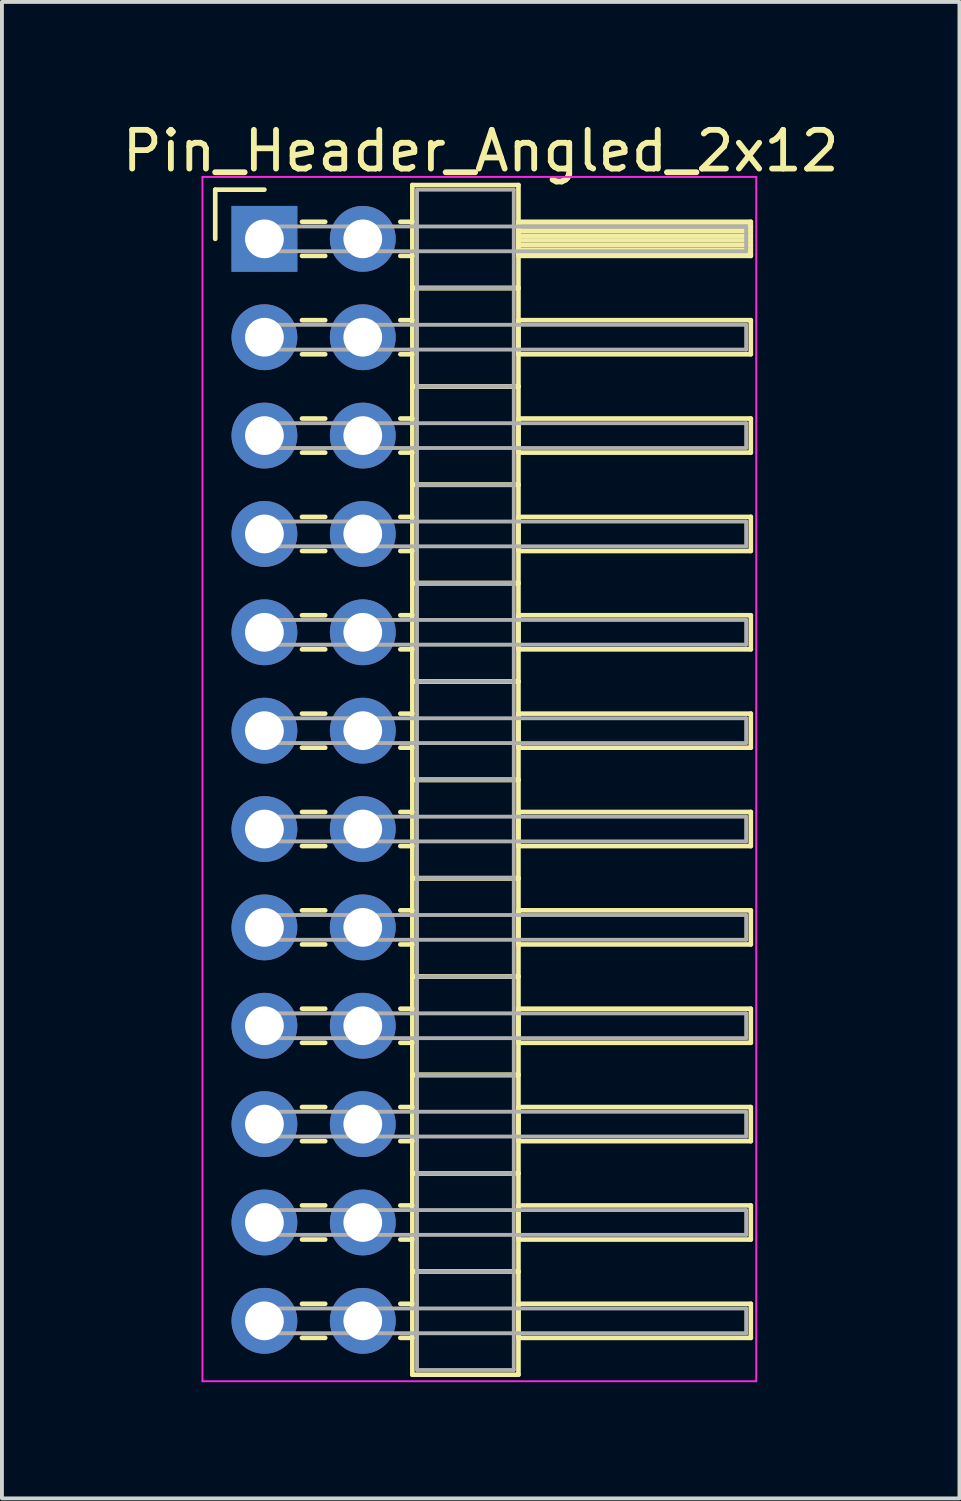
<source format=kicad_pcb>
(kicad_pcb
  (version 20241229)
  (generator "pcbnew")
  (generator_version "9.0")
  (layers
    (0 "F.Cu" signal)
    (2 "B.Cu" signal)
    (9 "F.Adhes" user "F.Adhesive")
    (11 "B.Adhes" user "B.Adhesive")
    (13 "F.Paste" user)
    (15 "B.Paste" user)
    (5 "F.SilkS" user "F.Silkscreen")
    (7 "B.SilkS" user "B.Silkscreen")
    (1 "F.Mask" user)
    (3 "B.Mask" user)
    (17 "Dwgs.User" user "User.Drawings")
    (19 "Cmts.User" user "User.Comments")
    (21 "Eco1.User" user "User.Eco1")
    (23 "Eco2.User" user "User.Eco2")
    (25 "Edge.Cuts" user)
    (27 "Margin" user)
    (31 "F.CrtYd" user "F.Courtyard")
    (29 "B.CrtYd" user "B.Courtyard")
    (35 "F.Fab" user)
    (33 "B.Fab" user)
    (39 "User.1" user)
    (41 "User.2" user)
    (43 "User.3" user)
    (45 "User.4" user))
  (footprint "Pin_Header_Angled_2x12"
    (layer "F.Cu")
    (at 3.778 3.118)
    (property "Reference" "Pin_Header_Angled_2x12" (at 5.585 -2.27 0) (layer "F.SilkS") (effects (font (size 1 1) (thickness 0.15))))
    (attr through_hole)
    (fp_line (start -1.27 -1.27) (end 0 -1.27) (stroke (width 0.12) (type solid)) (layer "F.SilkS"))
    (fp_line (start -1.27 0) (end -1.27 -1.27) (stroke (width 0.12) (type solid)) (layer "F.SilkS"))
    (fp_line (start 0.97 -0.44) (end 1.57 -0.44) (stroke (width 0.12) (type solid)) (layer "F.SilkS"))
    (fp_line (start 0.97 0.44) (end 1.57 0.44) (stroke (width 0.12) (type solid)) (layer "F.SilkS"))
    (fp_line (start 0.97 2.1) (end 1.57 2.1) (stroke (width 0.12) (type solid)) (layer "F.SilkS"))
    (fp_line (start 0.97 2.98) (end 1.57 2.98) (stroke (width 0.12) (type solid)) (layer "F.SilkS"))
    (fp_line (start 0.97 4.64) (end 1.57 4.64) (stroke (width 0.12) (type solid)) (layer "F.SilkS"))
    (fp_line (start 0.97 5.52) (end 1.57 5.52) (stroke (width 0.12) (type solid)) (layer "F.SilkS"))
    (fp_line (start 0.97 7.18) (end 1.57 7.18) (stroke (width 0.12) (type solid)) (layer "F.SilkS"))
    (fp_line (start 0.97 8.06) (end 1.57 8.06) (stroke (width 0.12) (type solid)) (layer "F.SilkS"))
    (fp_line (start 0.97 9.72) (end 1.57 9.72) (stroke (width 0.12) (type solid)) (layer "F.SilkS"))
    (fp_line (start 0.97 10.6) (end 1.57 10.6) (stroke (width 0.12) (type solid)) (layer "F.SilkS"))
    (fp_line (start 0.97 12.26) (end 1.57 12.26) (stroke (width 0.12) (type solid)) (layer "F.SilkS"))
    (fp_line (start 0.97 13.14) (end 1.57 13.14) (stroke (width 0.12) (type solid)) (layer "F.SilkS"))
    (fp_line (start 0.97 14.8) (end 1.57 14.8) (stroke (width 0.12) (type solid)) (layer "F.SilkS"))
    (fp_line (start 0.97 15.68) (end 1.57 15.68) (stroke (width 0.12) (type solid)) (layer "F.SilkS"))
    (fp_line (start 0.97 17.34) (end 1.57 17.34) (stroke (width 0.12) (type solid)) (layer "F.SilkS"))
    (fp_line (start 0.97 18.22) (end 1.57 18.22) (stroke (width 0.12) (type solid)) (layer "F.SilkS"))
    (fp_line (start 0.97 19.88) (end 1.57 19.88) (stroke (width 0.12) (type solid)) (layer "F.SilkS"))
    (fp_line (start 0.97 20.76) (end 1.57 20.76) (stroke (width 0.12) (type solid)) (layer "F.SilkS"))
    (fp_line (start 0.97 22.42) (end 1.57 22.42) (stroke (width 0.12) (type solid)) (layer "F.SilkS"))
    (fp_line (start 0.97 23.3) (end 1.57 23.3) (stroke (width 0.12) (type solid)) (layer "F.SilkS"))
    (fp_line (start 0.97 24.96) (end 1.57 24.96) (stroke (width 0.12) (type solid)) (layer "F.SilkS"))
    (fp_line (start 0.97 25.84) (end 1.57 25.84) (stroke (width 0.12) (type solid)) (layer "F.SilkS"))
    (fp_line (start 0.97 27.5) (end 1.57 27.5) (stroke (width 0.12) (type solid)) (layer "F.SilkS"))
    (fp_line (start 0.97 28.38) (end 1.57 28.38) (stroke (width 0.12) (type solid)) (layer "F.SilkS"))
    (fp_line (start 3.51 -0.44) (end 3.82 -0.44) (stroke (width 0.12) (type solid)) (layer "F.SilkS"))
    (fp_line (start 3.51 0.44) (end 3.82 0.44) (stroke (width 0.12) (type solid)) (layer "F.SilkS"))
    (fp_line (start 3.51 2.1) (end 3.82 2.1) (stroke (width 0.12) (type solid)) (layer "F.SilkS"))
    (fp_line (start 3.51 2.98) (end 3.82 2.98) (stroke (width 0.12) (type solid)) (layer "F.SilkS"))
    (fp_line (start 3.51 4.64) (end 3.82 4.64) (stroke (width 0.12) (type solid)) (layer "F.SilkS"))
    (fp_line (start 3.51 5.52) (end 3.82 5.52) (stroke (width 0.12) (type solid)) (layer "F.SilkS"))
    (fp_line (start 3.51 7.18) (end 3.82 7.18) (stroke (width 0.12) (type solid)) (layer "F.SilkS"))
    (fp_line (start 3.51 8.06) (end 3.82 8.06) (stroke (width 0.12) (type solid)) (layer "F.SilkS"))
    (fp_line (start 3.51 9.72) (end 3.82 9.72) (stroke (width 0.12) (type solid)) (layer "F.SilkS"))
    (fp_line (start 3.51 10.6) (end 3.82 10.6) (stroke (width 0.12) (type solid)) (layer "F.SilkS"))
    (fp_line (start 3.51 12.26) (end 3.82 12.26) (stroke (width 0.12) (type solid)) (layer "F.SilkS"))
    (fp_line (start 3.51 13.14) (end 3.82 13.14) (stroke (width 0.12) (type solid)) (layer "F.SilkS"))
    (fp_line (start 3.51 14.8) (end 3.82 14.8) (stroke (width 0.12) (type solid)) (layer "F.SilkS"))
    (fp_line (start 3.51 15.68) (end 3.82 15.68) (stroke (width 0.12) (type solid)) (layer "F.SilkS"))
    (fp_line (start 3.51 17.34) (end 3.82 17.34) (stroke (width 0.12) (type solid)) (layer "F.SilkS"))
    (fp_line (start 3.51 18.22) (end 3.82 18.22) (stroke (width 0.12) (type solid)) (layer "F.SilkS"))
    (fp_line (start 3.51 19.88) (end 3.82 19.88) (stroke (width 0.12) (type solid)) (layer "F.SilkS"))
    (fp_line (start 3.51 20.76) (end 3.82 20.76) (stroke (width 0.12) (type solid)) (layer "F.SilkS"))
    (fp_line (start 3.51 22.42) (end 3.82 22.42) (stroke (width 0.12) (type solid)) (layer "F.SilkS"))
    (fp_line (start 3.51 23.3) (end 3.82 23.3) (stroke (width 0.12) (type solid)) (layer "F.SilkS"))
    (fp_line (start 3.51 24.96) (end 3.82 24.96) (stroke (width 0.12) (type solid)) (layer "F.SilkS"))
    (fp_line (start 3.51 25.84) (end 3.82 25.84) (stroke (width 0.12) (type solid)) (layer "F.SilkS"))
    (fp_line (start 3.51 27.5) (end 3.82 27.5) (stroke (width 0.12) (type solid)) (layer "F.SilkS"))
    (fp_line (start 3.51 28.38) (end 3.82 28.38) (stroke (width 0.12) (type solid)) (layer "F.SilkS"))
    (fp_line (start 3.82 -1.39) (end 3.82 1.27) (stroke (width 0.12) (type solid)) (layer "F.SilkS"))
    (fp_line (start 3.82 1.27) (end 3.82 3.81) (stroke (width 0.12) (type solid)) (layer "F.SilkS"))
    (fp_line (start 3.82 1.27) (end 6.56 1.27) (stroke (width 0.12) (type solid)) (layer "F.SilkS"))
    (fp_line (start 3.82 3.81) (end 3.82 6.35) (stroke (width 0.12) (type solid)) (layer "F.SilkS"))
    (fp_line (start 3.82 3.81) (end 6.56 3.81) (stroke (width 0.12) (type solid)) (layer "F.SilkS"))
    (fp_line (start 3.82 6.35) (end 3.82 8.89) (stroke (width 0.12) (type solid)) (layer "F.SilkS"))
    (fp_line (start 3.82 6.35) (end 6.56 6.35) (stroke (width 0.12) (type solid)) (layer "F.SilkS"))
    (fp_line (start 3.82 8.89) (end 3.82 11.43) (stroke (width 0.12) (type solid)) (layer "F.SilkS"))
    (fp_line (start 3.82 8.89) (end 6.56 8.89) (stroke (width 0.12) (type solid)) (layer "F.SilkS"))
    (fp_line (start 3.82 11.43) (end 3.82 13.97) (stroke (width 0.12) (type solid)) (layer "F.SilkS"))
    (fp_line (start 3.82 11.43) (end 6.56 11.43) (stroke (width 0.12) (type solid)) (layer "F.SilkS"))
    (fp_line (start 3.82 13.97) (end 3.82 16.51) (stroke (width 0.12) (type solid)) (layer "F.SilkS"))
    (fp_line (start 3.82 13.97) (end 6.56 13.97) (stroke (width 0.12) (type solid)) (layer "F.SilkS"))
    (fp_line (start 3.82 16.51) (end 3.82 19.05) (stroke (width 0.12) (type solid)) (layer "F.SilkS"))
    (fp_line (start 3.82 16.51) (end 6.56 16.51) (stroke (width 0.12) (type solid)) (layer "F.SilkS"))
    (fp_line (start 3.82 19.05) (end 3.82 21.59) (stroke (width 0.12) (type solid)) (layer "F.SilkS"))
    (fp_line (start 3.82 19.05) (end 6.56 19.05) (stroke (width 0.12) (type solid)) (layer "F.SilkS"))
    (fp_line (start 3.82 21.59) (end 3.82 24.13) (stroke (width 0.12) (type solid)) (layer "F.SilkS"))
    (fp_line (start 3.82 21.59) (end 6.56 21.59) (stroke (width 0.12) (type solid)) (layer "F.SilkS"))
    (fp_line (start 3.82 24.13) (end 3.82 26.67) (stroke (width 0.12) (type solid)) (layer "F.SilkS"))
    (fp_line (start 3.82 24.13) (end 6.56 24.13) (stroke (width 0.12) (type solid)) (layer "F.SilkS"))
    (fp_line (start 3.82 26.67) (end 3.82 29.33) (stroke (width 0.12) (type solid)) (layer "F.SilkS"))
    (fp_line (start 3.82 26.67) (end 6.56 26.67) (stroke (width 0.12) (type solid)) (layer "F.SilkS"))
    (fp_line (start 3.82 29.33) (end 6.56 29.33) (stroke (width 0.12) (type solid)) (layer "F.SilkS"))
    (fp_line (start 6.56 -1.39) (end 3.82 -1.39) (stroke (width 0.12) (type solid)) (layer "F.SilkS"))
    (fp_line (start 6.56 -0.44) (end 6.56 0.44) (stroke (width 0.12) (type solid)) (layer "F.SilkS"))
    (fp_line (start 6.56 -0.32) (end 12.56 -0.32) (stroke (width 0.12) (type solid)) (layer "F.SilkS"))
    (fp_line (start 6.56 -0.2) (end 12.56 -0.2) (stroke (width 0.12) (type solid)) (layer "F.SilkS"))
    (fp_line (start 6.56 -0.08) (end 12.56 -0.08) (stroke (width 0.12) (type solid)) (layer "F.SilkS"))
    (fp_line (start 6.56 0.04) (end 12.56 0.04) (stroke (width 0.12) (type solid)) (layer "F.SilkS"))
    (fp_line (start 6.56 0.16) (end 12.56 0.16) (stroke (width 0.12) (type solid)) (layer "F.SilkS"))
    (fp_line (start 6.56 0.28) (end 12.56 0.28) (stroke (width 0.12) (type solid)) (layer "F.SilkS"))
    (fp_line (start 6.56 0.4) (end 12.56 0.4) (stroke (width 0.12) (type solid)) (layer "F.SilkS"))
    (fp_line (start 6.56 0.44) (end 12.56 0.44) (stroke (width 0.12) (type solid)) (layer "F.SilkS"))
    (fp_line (start 6.56 1.27) (end 3.82 1.27) (stroke (width 0.12) (type solid)) (layer "F.SilkS"))
    (fp_line (start 6.56 1.27) (end 6.56 -1.39) (stroke (width 0.12) (type solid)) (layer "F.SilkS"))
    (fp_line (start 6.56 2.1) (end 6.56 2.98) (stroke (width 0.12) (type solid)) (layer "F.SilkS"))
    (fp_line (start 6.56 2.98) (end 12.56 2.98) (stroke (width 0.12) (type solid)) (layer "F.SilkS"))
    (fp_line (start 6.56 3.81) (end 3.82 3.81) (stroke (width 0.12) (type solid)) (layer "F.SilkS"))
    (fp_line (start 6.56 3.81) (end 6.56 1.27) (stroke (width 0.12) (type solid)) (layer "F.SilkS"))
    (fp_line (start 6.56 4.64) (end 6.56 5.52) (stroke (width 0.12) (type solid)) (layer "F.SilkS"))
    (fp_line (start 6.56 5.52) (end 12.56 5.52) (stroke (width 0.12) (type solid)) (layer "F.SilkS"))
    (fp_line (start 6.56 6.35) (end 3.82 6.35) (stroke (width 0.12) (type solid)) (layer "F.SilkS"))
    (fp_line (start 6.56 6.35) (end 6.56 3.81) (stroke (width 0.12) (type solid)) (layer "F.SilkS"))
    (fp_line (start 6.56 7.18) (end 6.56 8.06) (stroke (width 0.12) (type solid)) (layer "F.SilkS"))
    (fp_line (start 6.56 8.06) (end 12.56 8.06) (stroke (width 0.12) (type solid)) (layer "F.SilkS"))
    (fp_line (start 6.56 8.89) (end 3.82 8.89) (stroke (width 0.12) (type solid)) (layer "F.SilkS"))
    (fp_line (start 6.56 8.89) (end 6.56 6.35) (stroke (width 0.12) (type solid)) (layer "F.SilkS"))
    (fp_line (start 6.56 9.72) (end 6.56 10.6) (stroke (width 0.12) (type solid)) (layer "F.SilkS"))
    (fp_line (start 6.56 10.6) (end 12.56 10.6) (stroke (width 0.12) (type solid)) (layer "F.SilkS"))
    (fp_line (start 6.56 11.43) (end 3.82 11.43) (stroke (width 0.12) (type solid)) (layer "F.SilkS"))
    (fp_line (start 6.56 11.43) (end 6.56 8.89) (stroke (width 0.12) (type solid)) (layer "F.SilkS"))
    (fp_line (start 6.56 12.26) (end 6.56 13.14) (stroke (width 0.12) (type solid)) (layer "F.SilkS"))
    (fp_line (start 6.56 13.14) (end 12.56 13.14) (stroke (width 0.12) (type solid)) (layer "F.SilkS"))
    (fp_line (start 6.56 13.97) (end 3.82 13.97) (stroke (width 0.12) (type solid)) (layer "F.SilkS"))
    (fp_line (start 6.56 13.97) (end 6.56 11.43) (stroke (width 0.12) (type solid)) (layer "F.SilkS"))
    (fp_line (start 6.56 14.8) (end 6.56 15.68) (stroke (width 0.12) (type solid)) (layer "F.SilkS"))
    (fp_line (start 6.56 15.68) (end 12.56 15.68) (stroke (width 0.12) (type solid)) (layer "F.SilkS"))
    (fp_line (start 6.56 16.51) (end 3.82 16.51) (stroke (width 0.12) (type solid)) (layer "F.SilkS"))
    (fp_line (start 6.56 16.51) (end 6.56 13.97) (stroke (width 0.12) (type solid)) (layer "F.SilkS"))
    (fp_line (start 6.56 17.34) (end 6.56 18.22) (stroke (width 0.12) (type solid)) (layer "F.SilkS"))
    (fp_line (start 6.56 18.22) (end 12.56 18.22) (stroke (width 0.12) (type solid)) (layer "F.SilkS"))
    (fp_line (start 6.56 19.05) (end 3.82 19.05) (stroke (width 0.12) (type solid)) (layer "F.SilkS"))
    (fp_line (start 6.56 19.05) (end 6.56 16.51) (stroke (width 0.12) (type solid)) (layer "F.SilkS"))
    (fp_line (start 6.56 19.88) (end 6.56 20.76) (stroke (width 0.12) (type solid)) (layer "F.SilkS"))
    (fp_line (start 6.56 20.76) (end 12.56 20.76) (stroke (width 0.12) (type solid)) (layer "F.SilkS"))
    (fp_line (start 6.56 21.59) (end 3.82 21.59) (stroke (width 0.12) (type solid)) (layer "F.SilkS"))
    (fp_line (start 6.56 21.59) (end 6.56 19.05) (stroke (width 0.12) (type solid)) (layer "F.SilkS"))
    (fp_line (start 6.56 22.42) (end 6.56 23.3) (stroke (width 0.12) (type solid)) (layer "F.SilkS"))
    (fp_line (start 6.56 23.3) (end 12.56 23.3) (stroke (width 0.12) (type solid)) (layer "F.SilkS"))
    (fp_line (start 6.56 24.13) (end 3.82 24.13) (stroke (width 0.12) (type solid)) (layer "F.SilkS"))
    (fp_line (start 6.56 24.13) (end 6.56 21.59) (stroke (width 0.12) (type solid)) (layer "F.SilkS"))
    (fp_line (start 6.56 24.96) (end 6.56 25.84) (stroke (width 0.12) (type solid)) (layer "F.SilkS"))
    (fp_line (start 6.56 25.84) (end 12.56 25.84) (stroke (width 0.12) (type solid)) (layer "F.SilkS"))
    (fp_line (start 6.56 26.67) (end 3.82 26.67) (stroke (width 0.12) (type solid)) (layer "F.SilkS"))
    (fp_line (start 6.56 26.67) (end 6.56 24.13) (stroke (width 0.12) (type solid)) (layer "F.SilkS"))
    (fp_line (start 6.56 27.5) (end 6.56 28.38) (stroke (width 0.12) (type solid)) (layer "F.SilkS"))
    (fp_line (start 6.56 28.38) (end 12.56 28.38) (stroke (width 0.12) (type solid)) (layer "F.SilkS"))
    (fp_line (start 6.56 29.33) (end 6.56 26.67) (stroke (width 0.12) (type solid)) (layer "F.SilkS"))
    (fp_line (start 12.56 -0.44) (end 6.56 -0.44) (stroke (width 0.12) (type solid)) (layer "F.SilkS"))
    (fp_line (start 12.56 0.44) (end 12.56 -0.44) (stroke (width 0.12) (type solid)) (layer "F.SilkS"))
    (fp_line (start 12.56 2.1) (end 6.56 2.1) (stroke (width 0.12) (type solid)) (layer "F.SilkS"))
    (fp_line (start 12.56 2.98) (end 12.56 2.1) (stroke (width 0.12) (type solid)) (layer "F.SilkS"))
    (fp_line (start 12.56 4.64) (end 6.56 4.64) (stroke (width 0.12) (type solid)) (layer "F.SilkS"))
    (fp_line (start 12.56 5.52) (end 12.56 4.64) (stroke (width 0.12) (type solid)) (layer "F.SilkS"))
    (fp_line (start 12.56 7.18) (end 6.56 7.18) (stroke (width 0.12) (type solid)) (layer "F.SilkS"))
    (fp_line (start 12.56 8.06) (end 12.56 7.18) (stroke (width 0.12) (type solid)) (layer "F.SilkS"))
    (fp_line (start 12.56 9.72) (end 6.56 9.72) (stroke (width 0.12) (type solid)) (layer "F.SilkS"))
    (fp_line (start 12.56 10.6) (end 12.56 9.72) (stroke (width 0.12) (type solid)) (layer "F.SilkS"))
    (fp_line (start 12.56 12.26) (end 6.56 12.26) (stroke (width 0.12) (type solid)) (layer "F.SilkS"))
    (fp_line (start 12.56 13.14) (end 12.56 12.26) (stroke (width 0.12) (type solid)) (layer "F.SilkS"))
    (fp_line (start 12.56 14.8) (end 6.56 14.8) (stroke (width 0.12) (type solid)) (layer "F.SilkS"))
    (fp_line (start 12.56 15.68) (end 12.56 14.8) (stroke (width 0.12) (type solid)) (layer "F.SilkS"))
    (fp_line (start 12.56 17.34) (end 6.56 17.34) (stroke (width 0.12) (type solid)) (layer "F.SilkS"))
    (fp_line (start 12.56 18.22) (end 12.56 17.34) (stroke (width 0.12) (type solid)) (layer "F.SilkS"))
    (fp_line (start 12.56 19.88) (end 6.56 19.88) (stroke (width 0.12) (type solid)) (layer "F.SilkS"))
    (fp_line (start 12.56 20.76) (end 12.56 19.88) (stroke (width 0.12) (type solid)) (layer "F.SilkS"))
    (fp_line (start 12.56 22.42) (end 6.56 22.42) (stroke (width 0.12) (type solid)) (layer "F.SilkS"))
    (fp_line (start 12.56 23.3) (end 12.56 22.42) (stroke (width 0.12) (type solid)) (layer "F.SilkS"))
    (fp_line (start 12.56 24.96) (end 6.56 24.96) (stroke (width 0.12) (type solid)) (layer "F.SilkS"))
    (fp_line (start 12.56 25.84) (end 12.56 24.96) (stroke (width 0.12) (type solid)) (layer "F.SilkS"))
    (fp_line (start 12.56 27.5) (end 6.56 27.5) (stroke (width 0.12) (type solid)) (layer "F.SilkS"))
    (fp_line (start 12.56 28.38) (end 12.56 27.5) (stroke (width 0.12) (type solid)) (layer "F.SilkS"))
    (fp_line (start -1.6 -1.6) (end -1.6 29.5) (stroke (width 0.05) (type solid)) (layer "F.CrtYd"))
    (fp_line (start -1.6 29.5) (end 12.7 29.5) (stroke (width 0.05) (type solid)) (layer "F.CrtYd"))
    (fp_line (start 12.7 -1.6) (end -1.6 -1.6) (stroke (width 0.05) (type solid)) (layer "F.CrtYd"))
    (fp_line (start 12.7 29.5) (end 12.7 -1.6) (stroke (width 0.05) (type solid)) (layer "F.CrtYd"))
    (fp_line (start 0 -0.32) (end 0 0.32) (stroke (width 0.1) (type solid)) (layer "F.Fab"))
    (fp_line (start 0 0.32) (end 12.44 0.32) (stroke (width 0.1) (type solid)) (layer "F.Fab"))
    (fp_line (start 0 2.22) (end 0 2.86) (stroke (width 0.1) (type solid)) (layer "F.Fab"))
    (fp_line (start 0 2.86) (end 12.44 2.86) (stroke (width 0.1) (type solid)) (layer "F.Fab"))
    (fp_line (start 0 4.76) (end 0 5.4) (stroke (width 0.1) (type solid)) (layer "F.Fab"))
    (fp_line (start 0 5.4) (end 12.44 5.4) (stroke (width 0.1) (type solid)) (layer "F.Fab"))
    (fp_line (start 0 7.3) (end 0 7.94) (stroke (width 0.1) (type solid)) (layer "F.Fab"))
    (fp_line (start 0 7.94) (end 12.44 7.94) (stroke (width 0.1) (type solid)) (layer "F.Fab"))
    (fp_line (start 0 9.84) (end 0 10.48) (stroke (width 0.1) (type solid)) (layer "F.Fab"))
    (fp_line (start 0 10.48) (end 12.44 10.48) (stroke (width 0.1) (type solid)) (layer "F.Fab"))
    (fp_line (start 0 12.38) (end 0 13.02) (stroke (width 0.1) (type solid)) (layer "F.Fab"))
    (fp_line (start 0 13.02) (end 12.44 13.02) (stroke (width 0.1) (type solid)) (layer "F.Fab"))
    (fp_line (start 0 14.92) (end 0 15.56) (stroke (width 0.1) (type solid)) (layer "F.Fab"))
    (fp_line (start 0 15.56) (end 12.44 15.56) (stroke (width 0.1) (type solid)) (layer "F.Fab"))
    (fp_line (start 0 17.46) (end 0 18.1) (stroke (width 0.1) (type solid)) (layer "F.Fab"))
    (fp_line (start 0 18.1) (end 12.44 18.1) (stroke (width 0.1) (type solid)) (layer "F.Fab"))
    (fp_line (start 0 20) (end 0 20.64) (stroke (width 0.1) (type solid)) (layer "F.Fab"))
    (fp_line (start 0 20.64) (end 12.44 20.64) (stroke (width 0.1) (type solid)) (layer "F.Fab"))
    (fp_line (start 0 22.54) (end 0 23.18) (stroke (width 0.1) (type solid)) (layer "F.Fab"))
    (fp_line (start 0 23.18) (end 12.44 23.18) (stroke (width 0.1) (type solid)) (layer "F.Fab"))
    (fp_line (start 0 25.08) (end 0 25.72) (stroke (width 0.1) (type solid)) (layer "F.Fab"))
    (fp_line (start 0 25.72) (end 12.44 25.72) (stroke (width 0.1) (type solid)) (layer "F.Fab"))
    (fp_line (start 0 27.62) (end 0 28.26) (stroke (width 0.1) (type solid)) (layer "F.Fab"))
    (fp_line (start 0 28.26) (end 12.44 28.26) (stroke (width 0.1) (type solid)) (layer "F.Fab"))
    (fp_line (start 3.94 -1.27) (end 3.94 1.27) (stroke (width 0.1) (type solid)) (layer "F.Fab"))
    (fp_line (start 3.94 1.27) (end 3.94 3.81) (stroke (width 0.1) (type solid)) (layer "F.Fab"))
    (fp_line (start 3.94 1.27) (end 6.44 1.27) (stroke (width 0.1) (type solid)) (layer "F.Fab"))
    (fp_line (start 3.94 3.81) (end 3.94 6.35) (stroke (width 0.1) (type solid)) (layer "F.Fab"))
    (fp_line (start 3.94 3.81) (end 6.44 3.81) (stroke (width 0.1) (type solid)) (layer "F.Fab"))
    (fp_line (start 3.94 6.35) (end 3.94 8.89) (stroke (width 0.1) (type solid)) (layer "F.Fab"))
    (fp_line (start 3.94 6.35) (end 6.44 6.35) (stroke (width 0.1) (type solid)) (layer "F.Fab"))
    (fp_line (start 3.94 8.89) (end 3.94 11.43) (stroke (width 0.1) (type solid)) (layer "F.Fab"))
    (fp_line (start 3.94 8.89) (end 6.44 8.89) (stroke (width 0.1) (type solid)) (layer "F.Fab"))
    (fp_line (start 3.94 11.43) (end 3.94 13.97) (stroke (width 0.1) (type solid)) (layer "F.Fab"))
    (fp_line (start 3.94 11.43) (end 6.44 11.43) (stroke (width 0.1) (type solid)) (layer "F.Fab"))
    (fp_line (start 3.94 13.97) (end 3.94 16.51) (stroke (width 0.1) (type solid)) (layer "F.Fab"))
    (fp_line (start 3.94 13.97) (end 6.44 13.97) (stroke (width 0.1) (type solid)) (layer "F.Fab"))
    (fp_line (start 3.94 16.51) (end 3.94 19.05) (stroke (width 0.1) (type solid)) (layer "F.Fab"))
    (fp_line (start 3.94 16.51) (end 6.44 16.51) (stroke (width 0.1) (type solid)) (layer "F.Fab"))
    (fp_line (start 3.94 19.05) (end 3.94 21.59) (stroke (width 0.1) (type solid)) (layer "F.Fab"))
    (fp_line (start 3.94 19.05) (end 6.44 19.05) (stroke (width 0.1) (type solid)) (layer "F.Fab"))
    (fp_line (start 3.94 21.59) (end 3.94 24.13) (stroke (width 0.1) (type solid)) (layer "F.Fab"))
    (fp_line (start 3.94 21.59) (end 6.44 21.59) (stroke (width 0.1) (type solid)) (layer "F.Fab"))
    (fp_line (start 3.94 24.13) (end 3.94 26.67) (stroke (width 0.1) (type solid)) (layer "F.Fab"))
    (fp_line (start 3.94 24.13) (end 6.44 24.13) (stroke (width 0.1) (type solid)) (layer "F.Fab"))
    (fp_line (start 3.94 26.67) (end 3.94 29.21) (stroke (width 0.1) (type solid)) (layer "F.Fab"))
    (fp_line (start 3.94 26.67) (end 6.44 26.67) (stroke (width 0.1) (type solid)) (layer "F.Fab"))
    (fp_line (start 3.94 29.21) (end 6.44 29.21) (stroke (width 0.1) (type solid)) (layer "F.Fab"))
    (fp_line (start 6.44 -1.27) (end 3.94 -1.27) (stroke (width 0.1) (type solid)) (layer "F.Fab"))
    (fp_line (start 6.44 1.27) (end 3.94 1.27) (stroke (width 0.1) (type solid)) (layer "F.Fab"))
    (fp_line (start 6.44 1.27) (end 6.44 -1.27) (stroke (width 0.1) (type solid)) (layer "F.Fab"))
    (fp_line (start 6.44 3.81) (end 3.94 3.81) (stroke (width 0.1) (type solid)) (layer "F.Fab"))
    (fp_line (start 6.44 3.81) (end 6.44 1.27) (stroke (width 0.1) (type solid)) (layer "F.Fab"))
    (fp_line (start 6.44 6.35) (end 3.94 6.35) (stroke (width 0.1) (type solid)) (layer "F.Fab"))
    (fp_line (start 6.44 6.35) (end 6.44 3.81) (stroke (width 0.1) (type solid)) (layer "F.Fab"))
    (fp_line (start 6.44 8.89) (end 3.94 8.89) (stroke (width 0.1) (type solid)) (layer "F.Fab"))
    (fp_line (start 6.44 8.89) (end 6.44 6.35) (stroke (width 0.1) (type solid)) (layer "F.Fab"))
    (fp_line (start 6.44 11.43) (end 3.94 11.43) (stroke (width 0.1) (type solid)) (layer "F.Fab"))
    (fp_line (start 6.44 11.43) (end 6.44 8.89) (stroke (width 0.1) (type solid)) (layer "F.Fab"))
    (fp_line (start 6.44 13.97) (end 3.94 13.97) (stroke (width 0.1) (type solid)) (layer "F.Fab"))
    (fp_line (start 6.44 13.97) (end 6.44 11.43) (stroke (width 0.1) (type solid)) (layer "F.Fab"))
    (fp_line (start 6.44 16.51) (end 3.94 16.51) (stroke (width 0.1) (type solid)) (layer "F.Fab"))
    (fp_line (start 6.44 16.51) (end 6.44 13.97) (stroke (width 0.1) (type solid)) (layer "F.Fab"))
    (fp_line (start 6.44 19.05) (end 3.94 19.05) (stroke (width 0.1) (type solid)) (layer "F.Fab"))
    (fp_line (start 6.44 19.05) (end 6.44 16.51) (stroke (width 0.1) (type solid)) (layer "F.Fab"))
    (fp_line (start 6.44 21.59) (end 3.94 21.59) (stroke (width 0.1) (type solid)) (layer "F.Fab"))
    (fp_line (start 6.44 21.59) (end 6.44 19.05) (stroke (width 0.1) (type solid)) (layer "F.Fab"))
    (fp_line (start 6.44 24.13) (end 3.94 24.13) (stroke (width 0.1) (type solid)) (layer "F.Fab"))
    (fp_line (start 6.44 24.13) (end 6.44 21.59) (stroke (width 0.1) (type solid)) (layer "F.Fab"))
    (fp_line (start 6.44 26.67) (end 3.94 26.67) (stroke (width 0.1) (type solid)) (layer "F.Fab"))
    (fp_line (start 6.44 26.67) (end 6.44 24.13) (stroke (width 0.1) (type solid)) (layer "F.Fab"))
    (fp_line (start 6.44 29.21) (end 6.44 26.67) (stroke (width 0.1) (type solid)) (layer "F.Fab"))
    (fp_line (start 12.44 -0.32) (end 0 -0.32) (stroke (width 0.1) (type solid)) (layer "F.Fab"))
    (fp_line (start 12.44 0.32) (end 12.44 -0.32) (stroke (width 0.1) (type solid)) (layer "F.Fab"))
    (fp_line (start 12.44 2.22) (end 0 2.22) (stroke (width 0.1) (type solid)) (layer "F.Fab"))
    (fp_line (start 12.44 2.86) (end 12.44 2.22) (stroke (width 0.1) (type solid)) (layer "F.Fab"))
    (fp_line (start 12.44 4.76) (end 0 4.76) (stroke (width 0.1) (type solid)) (layer "F.Fab"))
    (fp_line (start 12.44 5.4) (end 12.44 4.76) (stroke (width 0.1) (type solid)) (layer "F.Fab"))
    (fp_line (start 12.44 7.3) (end 0 7.3) (stroke (width 0.1) (type solid)) (layer "F.Fab"))
    (fp_line (start 12.44 7.94) (end 12.44 7.3) (stroke (width 0.1) (type solid)) (layer "F.Fab"))
    (fp_line (start 12.44 9.84) (end 0 9.84) (stroke (width 0.1) (type solid)) (layer "F.Fab"))
    (fp_line (start 12.44 10.48) (end 12.44 9.84) (stroke (width 0.1) (type solid)) (layer "F.Fab"))
    (fp_line (start 12.44 12.38) (end 0 12.38) (stroke (width 0.1) (type solid)) (layer "F.Fab"))
    (fp_line (start 12.44 13.02) (end 12.44 12.38) (stroke (width 0.1) (type solid)) (layer "F.Fab"))
    (fp_line (start 12.44 14.92) (end 0 14.92) (stroke (width 0.1) (type solid)) (layer "F.Fab"))
    (fp_line (start 12.44 15.56) (end 12.44 14.92) (stroke (width 0.1) (type solid)) (layer "F.Fab"))
    (fp_line (start 12.44 17.46) (end 0 17.46) (stroke (width 0.1) (type solid)) (layer "F.Fab"))
    (fp_line (start 12.44 18.1) (end 12.44 17.46) (stroke (width 0.1) (type solid)) (layer "F.Fab"))
    (fp_line (start 12.44 20) (end 0 20) (stroke (width 0.1) (type solid)) (layer "F.Fab"))
    (fp_line (start 12.44 20.64) (end 12.44 20) (stroke (width 0.1) (type solid)) (layer "F.Fab"))
    (fp_line (start 12.44 22.54) (end 0 22.54) (stroke (width 0.1) (type solid)) (layer "F.Fab"))
    (fp_line (start 12.44 23.18) (end 12.44 22.54) (stroke (width 0.1) (type solid)) (layer "F.Fab"))
    (fp_line (start 12.44 25.08) (end 0 25.08) (stroke (width 0.1) (type solid)) (layer "F.Fab"))
    (fp_line (start 12.44 25.72) (end 12.44 25.08) (stroke (width 0.1) (type solid)) (layer "F.Fab"))
    (fp_line (start 12.44 27.62) (end 0 27.62) (stroke (width 0.1) (type solid)) (layer "F.Fab"))
    (fp_line (start 12.44 28.26) (end 12.44 27.62) (stroke (width 0.1) (type solid)) (layer "F.Fab"))
    (pad "1" thru_hole rect (at 0 0) (size 1.7 1.7) (drill 1) (layers "*.Cu" "*.Mask"))
    (pad "2" thru_hole oval (at 2.54 0) (size 1.7 1.7) (drill 1) (layers "*.Cu" "*.Mask"))
    (pad "3" thru_hole oval (at 0 2.54) (size 1.7 1.7) (drill 1) (layers "*.Cu" "*.Mask"))
    (pad "4" thru_hole oval (at 2.54 2.54) (size 1.7 1.7) (drill 1) (layers "*.Cu" "*.Mask"))
    (pad "5" thru_hole oval (at 0 5.08) (size 1.7 1.7) (drill 1) (layers "*.Cu" "*.Mask"))
    (pad "6" thru_hole oval (at 2.54 5.08) (size 1.7 1.7) (drill 1) (layers "*.Cu" "*.Mask"))
    (pad "7" thru_hole oval (at 0 7.62) (size 1.7 1.7) (drill 1) (layers "*.Cu" "*.Mask"))
    (pad "8" thru_hole oval (at 2.54 7.62) (size 1.7 1.7) (drill 1) (layers "*.Cu" "*.Mask"))
    (pad "9" thru_hole oval (at 0 10.16) (size 1.7 1.7) (drill 1) (layers "*.Cu" "*.Mask"))
    (pad "10" thru_hole oval (at 2.54 10.16) (size 1.7 1.7) (drill 1) (layers "*.Cu" "*.Mask"))
    (pad "11" thru_hole oval (at 0 12.7) (size 1.7 1.7) (drill 1) (layers "*.Cu" "*.Mask"))
    (pad "12" thru_hole oval (at 2.54 12.7) (size 1.7 1.7) (drill 1) (layers "*.Cu" "*.Mask"))
    (pad "13" thru_hole oval (at 0 15.24) (size 1.7 1.7) (drill 1) (layers "*.Cu" "*.Mask"))
    (pad "14" thru_hole oval (at 2.54 15.24) (size 1.7 1.7) (drill 1) (layers "*.Cu" "*.Mask"))
    (pad "15" thru_hole oval (at 0 17.78) (size 1.7 1.7) (drill 1) (layers "*.Cu" "*.Mask"))
    (pad "16" thru_hole oval (at 2.54 17.78) (size 1.7 1.7) (drill 1) (layers "*.Cu" "*.Mask"))
    (pad "17" thru_hole oval (at 0 20.32) (size 1.7 1.7) (drill 1) (layers "*.Cu" "*.Mask"))
    (pad "18" thru_hole oval (at 2.54 20.32) (size 1.7 1.7) (drill 1) (layers "*.Cu" "*.Mask"))
    (pad "19" thru_hole oval (at 0 22.86) (size 1.7 1.7) (drill 1) (layers "*.Cu" "*.Mask"))
    (pad "20" thru_hole oval (at 2.54 22.86) (size 1.7 1.7) (drill 1) (layers "*.Cu" "*.Mask"))
    (pad "21" thru_hole oval (at 0 25.4) (size 1.7 1.7) (drill 1) (layers "*.Cu" "*.Mask"))
    (pad "22" thru_hole oval (at 2.54 25.4) (size 1.7 1.7) (drill 1) (layers "*.Cu" "*.Mask"))
    (pad "23" thru_hole oval (at 0 27.94) (size 1.7 1.7) (drill 1) (layers "*.Cu" "*.Mask"))
    (pad "24" thru_hole oval (at 2.54 27.94) (size 1.7 1.7) (drill 1) (layers "*.Cu" "*.Mask")))
  (gr_rect
    (start -3 -3)
    (end 21.726 35.643)
    (stroke (width 0.1) (type default))
    (fill no)
    (layer "Edge.Cuts")))
</source>
